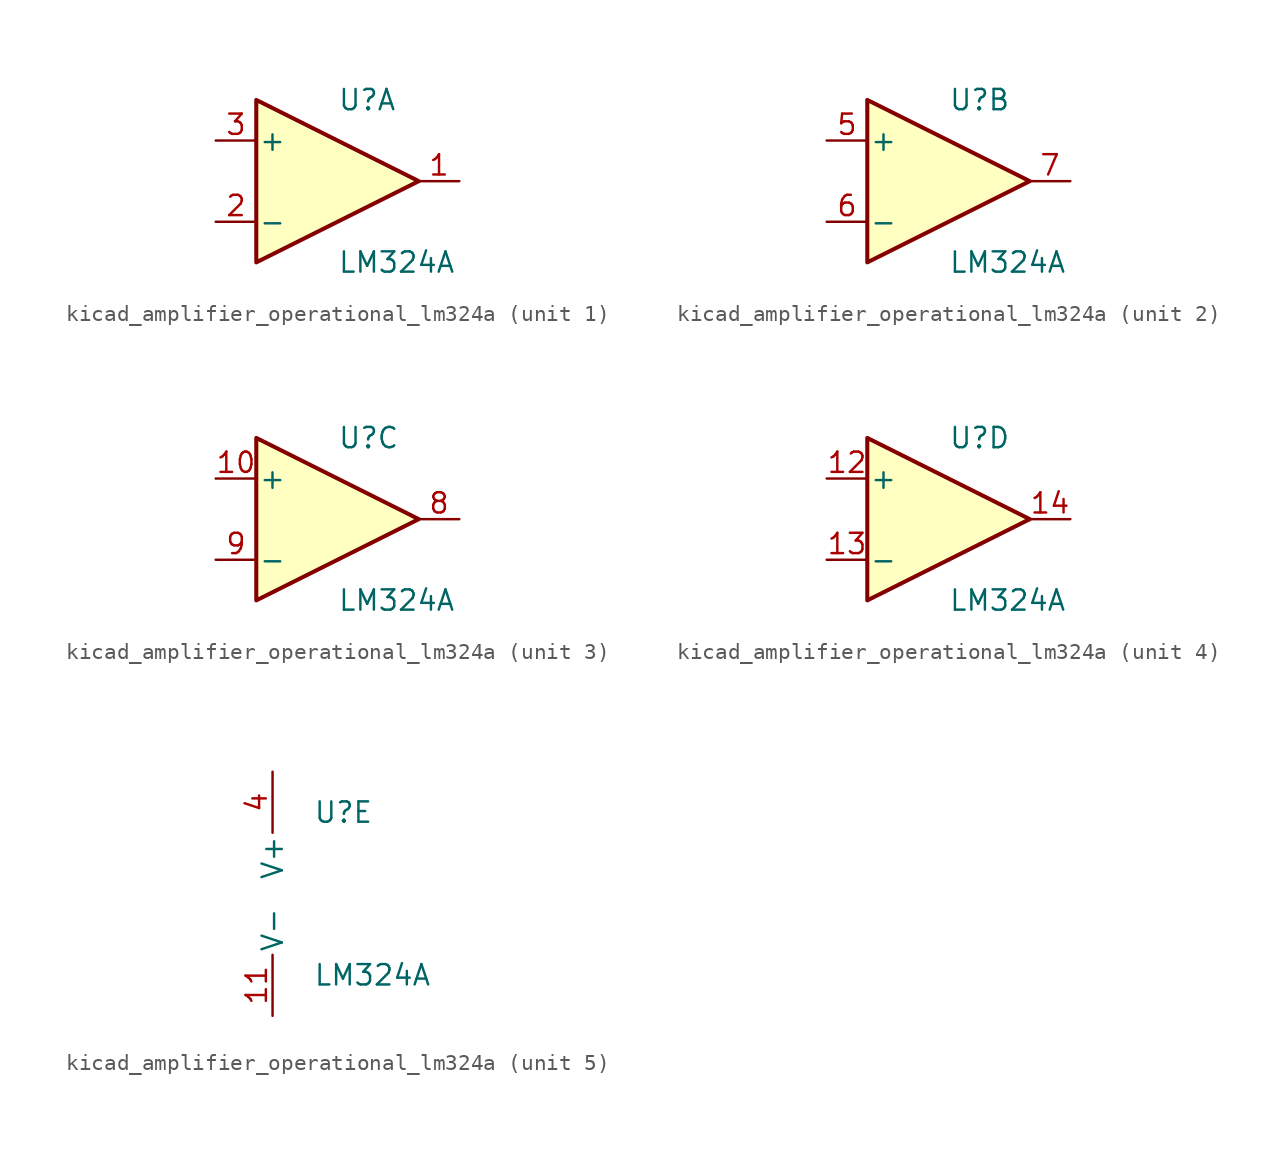
<source format=kicad_sym>
(kicad_symbol_lib
  (version 20220914)
  (generator kicad_symbol_editor)
  (symbol "kicad_amplifier_operational_lm324a"
    (pin_names
      (offset 0.127))
    (property "Reference" "U"
      (at 0 5.08 0)
      (effects (font (size 1.27 1.27)) (justify left)))
    (property "Value" "LM324A"
      (at 0 -5.08 0)
      (effects (font (size 1.27 1.27)) (justify left)))
    (property "ki_locked" ""
      (at 0 0 0)
      (effects (font (size 1.27 1.27))))
    (symbol "kicad_amplifier_operational_lm324a_1_1"
      (polyline (pts (xy -5.08 5.08) (xy 5.08 0) (xy -5.08 -5.08) (xy -5.08 5.08)) (stroke (width 0.254) (type default)) (fill (type background)))
      (pin output line (at 7.62 0 180) (length 2.54) (name "~" (effects (font (size 1.27 1.27)))) (number "1" (effects (font (size 1.27 1.27)))))
      (pin input line (at -7.62 -2.54 0) (length 2.54) (name "-" (effects (font (size 1.27 1.27)))) (number "2" (effects (font (size 1.27 1.27)))))
      (pin input line (at -7.62 2.54 0) (length 2.54) (name "+" (effects (font (size 1.27 1.27)))) (number "3" (effects (font (size 1.27 1.27))))))
    (symbol "kicad_amplifier_operational_lm324a_2_1"
      (polyline (pts (xy -5.08 5.08) (xy 5.08 0) (xy -5.08 -5.08) (xy -5.08 5.08)) (stroke (width 0.254) (type default)) (fill (type background)))
      (pin input line (at -7.62 2.54 0) (length 2.54) (name "+" (effects (font (size 1.27 1.27)))) (number "5" (effects (font (size 1.27 1.27)))))
      (pin input line (at -7.62 -2.54 0) (length 2.54) (name "-" (effects (font (size 1.27 1.27)))) (number "6" (effects (font (size 1.27 1.27)))))
      (pin output line (at 7.62 0 180) (length 2.54) (name "~" (effects (font (size 1.27 1.27)))) (number "7" (effects (font (size 1.27 1.27))))))
    (symbol "kicad_amplifier_operational_lm324a_3_1"
      (polyline (pts (xy -5.08 5.08) (xy 5.08 0) (xy -5.08 -5.08) (xy -5.08 5.08)) (stroke (width 0.254) (type default)) (fill (type background)))
      (pin input line (at -7.62 2.54 0) (length 2.54) (name "+" (effects (font (size 1.27 1.27)))) (number "10" (effects (font (size 1.27 1.27)))))
      (pin output line (at 7.62 0 180) (length 2.54) (name "~" (effects (font (size 1.27 1.27)))) (number "8" (effects (font (size 1.27 1.27)))))
      (pin input line (at -7.62 -2.54 0) (length 2.54) (name "-" (effects (font (size 1.27 1.27)))) (number "9" (effects (font (size 1.27 1.27))))))
    (symbol "kicad_amplifier_operational_lm324a_4_1"
      (polyline (pts (xy -5.08 5.08) (xy 5.08 0) (xy -5.08 -5.08) (xy -5.08 5.08)) (stroke (width 0.254) (type default)) (fill (type background)))
      (pin input line (at -7.62 2.54 0) (length 2.54) (name "+" (effects (font (size 1.27 1.27)))) (number "12" (effects (font (size 1.27 1.27)))))
      (pin input line (at -7.62 -2.54 0) (length 2.54) (name "-" (effects (font (size 1.27 1.27)))) (number "13" (effects (font (size 1.27 1.27)))))
      (pin output line (at 7.62 0 180) (length 2.54) (name "~" (effects (font (size 1.27 1.27)))) (number "14" (effects (font (size 1.27 1.27))))))
    (symbol "kicad_amplifier_operational_lm324a_5_1"
      (pin power_in line (at -2.54 -7.62 90) (length 3.81) (name "V-" (effects (font (size 1.27 1.27)))) (number "11" (effects (font (size 1.27 1.27)))))
      (pin power_in line (at -2.54 7.62 270) (length 3.81) (name "V+" (effects (font (size 1.27 1.27)))) (number "4" (effects (font (size 1.27 1.27))))))))
</source>
